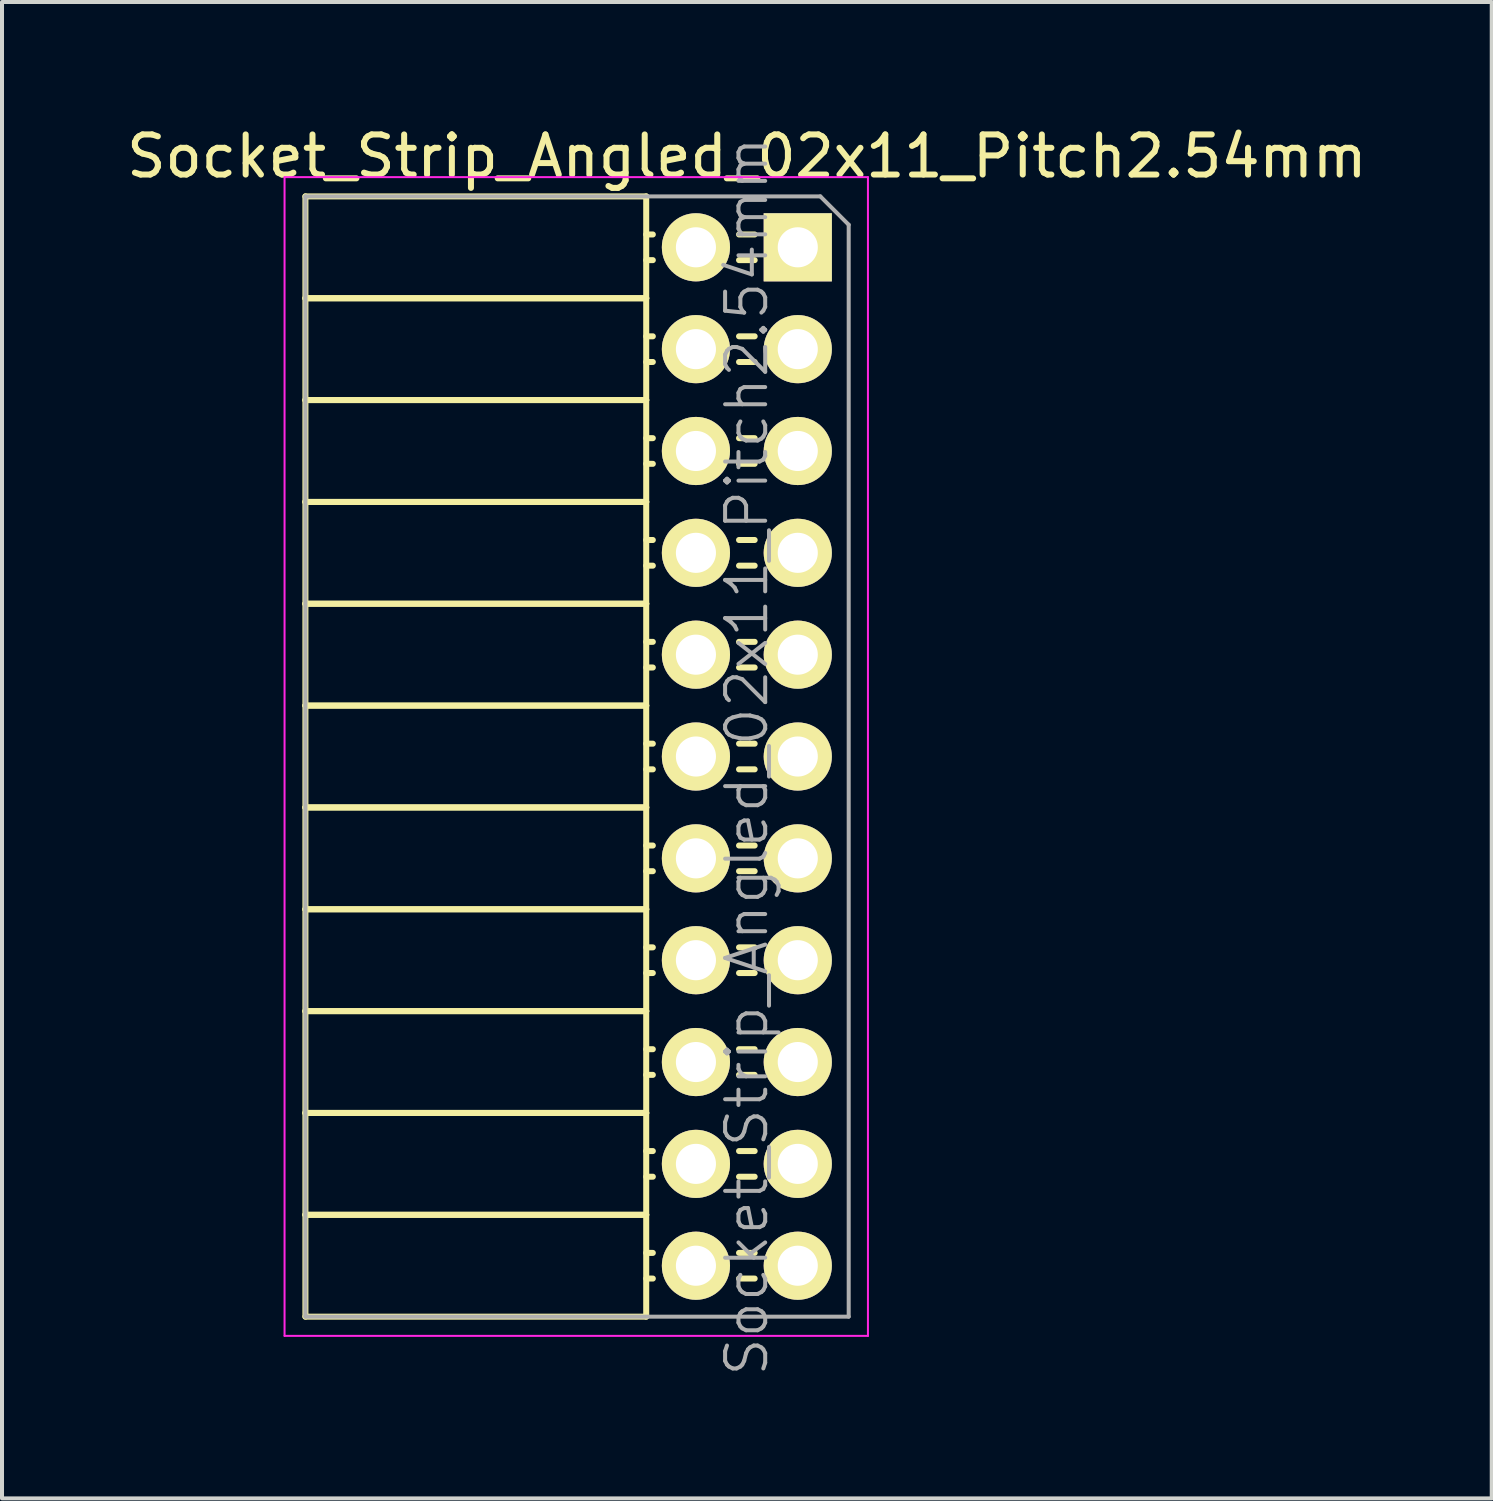
<source format=kicad_pcb>
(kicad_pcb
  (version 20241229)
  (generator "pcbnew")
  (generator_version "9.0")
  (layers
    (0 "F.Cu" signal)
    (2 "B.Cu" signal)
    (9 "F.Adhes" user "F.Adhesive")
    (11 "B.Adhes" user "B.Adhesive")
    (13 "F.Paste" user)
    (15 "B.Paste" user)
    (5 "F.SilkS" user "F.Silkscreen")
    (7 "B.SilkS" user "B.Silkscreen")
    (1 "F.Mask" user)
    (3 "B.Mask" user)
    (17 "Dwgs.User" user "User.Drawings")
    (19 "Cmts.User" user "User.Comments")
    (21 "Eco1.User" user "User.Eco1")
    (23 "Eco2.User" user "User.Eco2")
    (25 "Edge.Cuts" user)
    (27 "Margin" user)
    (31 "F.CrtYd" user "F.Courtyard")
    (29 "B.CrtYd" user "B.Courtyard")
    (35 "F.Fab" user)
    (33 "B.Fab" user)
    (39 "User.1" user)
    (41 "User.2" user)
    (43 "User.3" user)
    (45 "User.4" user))
  (footprint "Socket_Strip_Angled_02x11_Pitch2.54mm"
    (layer "F.Cu")
    (at 16.847 3.118)
    (property "Reference" "Socket_Strip_Angled_02x11_Pitch2.54mm" (at -1.27 -2.27 0) (layer "F.SilkS") (effects (font (size 1 1) (thickness 0.15))))
    (attr smd)
    (fp_line (start -12.28 -1.27) (end -12.28 1.27) (stroke (width 0.15) (type solid)) (layer "F.SilkS"))
    (fp_line (start -12.28 -1.27) (end -3.78 -1.27) (stroke (width 0.15) (type solid)) (layer "F.SilkS"))
    (fp_line (start -12.28 1.27) (end -12.28 3.81) (stroke (width 0.15) (type solid)) (layer "F.SilkS"))
    (fp_line (start -12.28 1.27) (end -3.78 1.27) (stroke (width 0.15) (type solid)) (layer "F.SilkS"))
    (fp_line (start -12.28 1.27) (end -3.78 1.27) (stroke (width 0.15) (type solid)) (layer "F.SilkS"))
    (fp_line (start -12.28 3.81) (end -12.28 6.35) (stroke (width 0.15) (type solid)) (layer "F.SilkS"))
    (fp_line (start -12.28 3.81) (end -3.78 3.81) (stroke (width 0.15) (type solid)) (layer "F.SilkS"))
    (fp_line (start -12.28 3.81) (end -3.78 3.81) (stroke (width 0.15) (type solid)) (layer "F.SilkS"))
    (fp_line (start -12.28 6.35) (end -12.28 8.89) (stroke (width 0.15) (type solid)) (layer "F.SilkS"))
    (fp_line (start -12.28 6.35) (end -3.78 6.35) (stroke (width 0.15) (type solid)) (layer "F.SilkS"))
    (fp_line (start -12.28 6.35) (end -3.78 6.35) (stroke (width 0.15) (type solid)) (layer "F.SilkS"))
    (fp_line (start -12.28 8.89) (end -12.28 11.43) (stroke (width 0.15) (type solid)) (layer "F.SilkS"))
    (fp_line (start -12.28 8.89) (end -3.78 8.89) (stroke (width 0.15) (type solid)) (layer "F.SilkS"))
    (fp_line (start -12.28 8.89) (end -3.78 8.89) (stroke (width 0.15) (type solid)) (layer "F.SilkS"))
    (fp_line (start -12.28 11.43) (end -12.28 13.97) (stroke (width 0.15) (type solid)) (layer "F.SilkS"))
    (fp_line (start -12.28 11.43) (end -3.78 11.43) (stroke (width 0.15) (type solid)) (layer "F.SilkS"))
    (fp_line (start -12.28 11.43) (end -3.78 11.43) (stroke (width 0.15) (type solid)) (layer "F.SilkS"))
    (fp_line (start -12.28 13.97) (end -12.28 16.51) (stroke (width 0.15) (type solid)) (layer "F.SilkS"))
    (fp_line (start -12.28 13.97) (end -3.78 13.97) (stroke (width 0.15) (type solid)) (layer "F.SilkS"))
    (fp_line (start -12.28 13.97) (end -3.78 13.97) (stroke (width 0.15) (type solid)) (layer "F.SilkS"))
    (fp_line (start -12.28 16.51) (end -12.28 19.05) (stroke (width 0.15) (type solid)) (layer "F.SilkS"))
    (fp_line (start -12.28 16.51) (end -3.78 16.51) (stroke (width 0.15) (type solid)) (layer "F.SilkS"))
    (fp_line (start -12.28 16.51) (end -3.78 16.51) (stroke (width 0.15) (type solid)) (layer "F.SilkS"))
    (fp_line (start -12.28 19.05) (end -12.28 21.59) (stroke (width 0.15) (type solid)) (layer "F.SilkS"))
    (fp_line (start -12.28 19.05) (end -3.78 19.05) (stroke (width 0.15) (type solid)) (layer "F.SilkS"))
    (fp_line (start -12.28 19.05) (end -3.78 19.05) (stroke (width 0.15) (type solid)) (layer "F.SilkS"))
    (fp_line (start -12.28 21.59) (end -12.28 24.13) (stroke (width 0.15) (type solid)) (layer "F.SilkS"))
    (fp_line (start -12.28 21.59) (end -3.78 21.59) (stroke (width 0.15) (type solid)) (layer "F.SilkS"))
    (fp_line (start -12.28 21.59) (end -3.78 21.59) (stroke (width 0.15) (type solid)) (layer "F.SilkS"))
    (fp_line (start -12.28 24.13) (end -12.28 26.67) (stroke (width 0.15) (type solid)) (layer "F.SilkS"))
    (fp_line (start -12.28 24.13) (end -3.78 24.13) (stroke (width 0.15) (type solid)) (layer "F.SilkS"))
    (fp_line (start -12.28 24.13) (end -3.78 24.13) (stroke (width 0.15) (type solid)) (layer "F.SilkS"))
    (fp_line (start -12.28 26.67) (end -3.78 26.67) (stroke (width 0.15) (type solid)) (layer "F.SilkS"))
    (fp_line (start -3.78 -1.27) (end -3.78 1.27) (stroke (width 0.15) (type solid)) (layer "F.SilkS"))
    (fp_line (start -3.78 -0.32) (end -3.615 -0.32) (stroke (width 0.15) (type solid)) (layer "F.SilkS"))
    (fp_line (start -3.78 0.32) (end -3.615 0.32) (stroke (width 0.15) (type solid)) (layer "F.SilkS"))
    (fp_line (start -3.78 1.27) (end -3.78 3.81) (stroke (width 0.15) (type solid)) (layer "F.SilkS"))
    (fp_line (start -3.78 2.22) (end -3.615 2.22) (stroke (width 0.15) (type solid)) (layer "F.SilkS"))
    (fp_line (start -3.78 2.86) (end -3.615 2.86) (stroke (width 0.15) (type solid)) (layer "F.SilkS"))
    (fp_line (start -3.78 3.81) (end -3.78 6.35) (stroke (width 0.15) (type solid)) (layer "F.SilkS"))
    (fp_line (start -3.78 4.76) (end -3.615 4.76) (stroke (width 0.15) (type solid)) (layer "F.SilkS"))
    (fp_line (start -3.78 5.4) (end -3.615 5.4) (stroke (width 0.15) (type solid)) (layer "F.SilkS"))
    (fp_line (start -3.78 6.35) (end -3.78 8.89) (stroke (width 0.15) (type solid)) (layer "F.SilkS"))
    (fp_line (start -3.78 7.3) (end -3.615 7.3) (stroke (width 0.15) (type solid)) (layer "F.SilkS"))
    (fp_line (start -3.78 7.94) (end -3.615 7.94) (stroke (width 0.15) (type solid)) (layer "F.SilkS"))
    (fp_line (start -3.78 8.89) (end -3.78 11.43) (stroke (width 0.15) (type solid)) (layer "F.SilkS"))
    (fp_line (start -3.78 9.84) (end -3.615 9.84) (stroke (width 0.15) (type solid)) (layer "F.SilkS"))
    (fp_line (start -3.78 10.48) (end -3.615 10.48) (stroke (width 0.15) (type solid)) (layer "F.SilkS"))
    (fp_line (start -3.78 11.43) (end -3.78 13.97) (stroke (width 0.15) (type solid)) (layer "F.SilkS"))
    (fp_line (start -3.78 12.38) (end -3.615 12.38) (stroke (width 0.15) (type solid)) (layer "F.SilkS"))
    (fp_line (start -3.78 13.02) (end -3.615 13.02) (stroke (width 0.15) (type solid)) (layer "F.SilkS"))
    (fp_line (start -3.78 13.97) (end -3.78 16.51) (stroke (width 0.15) (type solid)) (layer "F.SilkS"))
    (fp_line (start -3.78 14.92) (end -3.615 14.92) (stroke (width 0.15) (type solid)) (layer "F.SilkS"))
    (fp_line (start -3.78 15.56) (end -3.615 15.56) (stroke (width 0.15) (type solid)) (layer "F.SilkS"))
    (fp_line (start -3.78 16.51) (end -3.78 19.05) (stroke (width 0.15) (type solid)) (layer "F.SilkS"))
    (fp_line (start -3.78 17.46) (end -3.615 17.46) (stroke (width 0.15) (type solid)) (layer "F.SilkS"))
    (fp_line (start -3.78 18.1) (end -3.615 18.1) (stroke (width 0.15) (type solid)) (layer "F.SilkS"))
    (fp_line (start -3.78 19.05) (end -3.78 21.59) (stroke (width 0.15) (type solid)) (layer "F.SilkS"))
    (fp_line (start -3.78 20) (end -3.615 20) (stroke (width 0.15) (type solid)) (layer "F.SilkS"))
    (fp_line (start -3.78 20.64) (end -3.615 20.64) (stroke (width 0.15) (type solid)) (layer "F.SilkS"))
    (fp_line (start -3.78 21.59) (end -3.78 24.13) (stroke (width 0.15) (type solid)) (layer "F.SilkS"))
    (fp_line (start -3.78 22.54) (end -3.615 22.54) (stroke (width 0.15) (type solid)) (layer "F.SilkS"))
    (fp_line (start -3.78 23.18) (end -3.615 23.18) (stroke (width 0.15) (type solid)) (layer "F.SilkS"))
    (fp_line (start -3.78 24.13) (end -3.78 26.67) (stroke (width 0.15) (type solid)) (layer "F.SilkS"))
    (fp_line (start -3.78 25.08) (end -3.615 25.08) (stroke (width 0.15) (type solid)) (layer "F.SilkS"))
    (fp_line (start -3.78 25.72) (end -3.615 25.72) (stroke (width 0.15) (type solid)) (layer "F.SilkS"))
    (fp_line (start -1.075 -0.32) (end -1.465 -0.32) (stroke (width 0.15) (type solid)) (layer "F.SilkS"))
    (fp_line (start -1.075 0.32) (end -1.465 0.32) (stroke (width 0.15) (type solid)) (layer "F.SilkS"))
    (fp_line (start -1.075 2.22) (end -1.465 2.22) (stroke (width 0.15) (type solid)) (layer "F.SilkS"))
    (fp_line (start -1.075 2.86) (end -1.465 2.86) (stroke (width 0.15) (type solid)) (layer "F.SilkS"))
    (fp_line (start -1.075 4.76) (end -1.465 4.76) (stroke (width 0.15) (type solid)) (layer "F.SilkS"))
    (fp_line (start -1.075 5.4) (end -1.465 5.4) (stroke (width 0.15) (type solid)) (layer "F.SilkS"))
    (fp_line (start -1.075 7.3) (end -1.465 7.3) (stroke (width 0.15) (type solid)) (layer "F.SilkS"))
    (fp_line (start -1.075 7.94) (end -1.465 7.94) (stroke (width 0.15) (type solid)) (layer "F.SilkS"))
    (fp_line (start -1.075 9.84) (end -1.465 9.84) (stroke (width 0.15) (type solid)) (layer "F.SilkS"))
    (fp_line (start -1.075 10.48) (end -1.465 10.48) (stroke (width 0.15) (type solid)) (layer "F.SilkS"))
    (fp_line (start -1.075 12.38) (end -1.465 12.38) (stroke (width 0.15) (type solid)) (layer "F.SilkS"))
    (fp_line (start -1.075 13.02) (end -1.465 13.02) (stroke (width 0.15) (type solid)) (layer "F.SilkS"))
    (fp_line (start -1.075 14.92) (end -1.465 14.92) (stroke (width 0.15) (type solid)) (layer "F.SilkS"))
    (fp_line (start -1.075 15.56) (end -1.465 15.56) (stroke (width 0.15) (type solid)) (layer "F.SilkS"))
    (fp_line (start -1.075 17.46) (end -1.465 17.46) (stroke (width 0.15) (type solid)) (layer "F.SilkS"))
    (fp_line (start -1.075 18.1) (end -1.465 18.1) (stroke (width 0.15) (type solid)) (layer "F.SilkS"))
    (fp_line (start -1.075 20) (end -1.465 20) (stroke (width 0.15) (type solid)) (layer "F.SilkS"))
    (fp_line (start -1.075 20.64) (end -1.465 20.64) (stroke (width 0.15) (type solid)) (layer "F.SilkS"))
    (fp_line (start -1.075 22.54) (end -1.465 22.54) (stroke (width 0.15) (type solid)) (layer "F.SilkS"))
    (fp_line (start -1.075 23.18) (end -1.465 23.18) (stroke (width 0.15) (type solid)) (layer "F.SilkS"))
    (fp_line (start -1.075 25.08) (end -1.465 25.08) (stroke (width 0.15) (type solid)) (layer "F.SilkS"))
    (fp_line (start -1.075 25.72) (end -1.465 25.72) (stroke (width 0.15) (type solid)) (layer "F.SilkS"))
    (fp_line (start -12.8 -1.75) (end 1.75 -1.75) (stroke (width 0.05) (type solid)) (layer "F.CrtYd"))
    (fp_line (start -12.8 27.15) (end -12.8 -1.75) (stroke (width 0.05) (type solid)) (layer "F.CrtYd"))
    (fp_line (start -12.8 27.15) (end 1.75 27.15) (stroke (width 0.05) (type solid)) (layer "F.CrtYd"))
    (fp_line (start 1.75 27.15) (end 1.75 -1.75) (stroke (width 0.05) (type solid)) (layer "F.CrtYd"))
    (fp_line (start -12.28 -1.27) (end 0.563 -1.27) (stroke (width 0.1) (type solid)) (layer "F.Fab"))
    (fp_line (start -12.28 26.67) (end -12.28 -1.27) (stroke (width 0.1) (type solid)) (layer "F.Fab"))
    (fp_line (start -12.28 26.67) (end 1.27 26.67) (stroke (width 0.1) (type solid)) (layer "F.Fab"))
    (fp_line (start 1.27 -0.563) (end 0.563 -1.27) (stroke (width 0.1) (type solid)) (layer "F.Fab"))
    (fp_line (start 1.27 26.67) (end 1.27 -0.563) (stroke (width 0.1) (type solid)) (layer "F.Fab"))
    (fp_text user "${REFERENCE}" (at -1.27 12.7 90) (layer "F.Fab") (effects (font (size 1 1) (thickness 0.1))))
    (pad "1" thru_hole rect (at 0 0) (size 1.7 1.7) (drill 1) (layers "*.Cu" "*.Mask" "F.SilkS"))
    (pad "2" thru_hole oval (at -2.54 0) (size 1.7 1.7) (drill 1) (layers "*.Cu" "*.Mask" "F.SilkS"))
    (pad "3" thru_hole oval (at 0 2.54) (size 1.7 1.7) (drill 1) (layers "*.Cu" "*.Mask" "F.SilkS"))
    (pad "4" thru_hole oval (at -2.54 2.54) (size 1.7 1.7) (drill 1) (layers "*.Cu" "*.Mask" "F.SilkS"))
    (pad "5" thru_hole oval (at 0 5.08) (size 1.7 1.7) (drill 1) (layers "*.Cu" "*.Mask" "F.SilkS"))
    (pad "6" thru_hole oval (at -2.54 5.08) (size 1.7 1.7) (drill 1) (layers "*.Cu" "*.Mask" "F.SilkS"))
    (pad "7" thru_hole oval (at 0 7.62) (size 1.7 1.7) (drill 1) (layers "*.Cu" "*.Mask" "F.SilkS"))
    (pad "8" thru_hole oval (at -2.54 7.62) (size 1.7 1.7) (drill 1) (layers "*.Cu" "*.Mask" "F.SilkS"))
    (pad "9" thru_hole oval (at 0 10.16) (size 1.7 1.7) (drill 1) (layers "*.Cu" "*.Mask" "F.SilkS"))
    (pad "10" thru_hole oval (at -2.54 10.16) (size 1.7 1.7) (drill 1) (layers "*.Cu" "*.Mask" "F.SilkS"))
    (pad "11" thru_hole oval (at 0 12.7) (size 1.7 1.7) (drill 1) (layers "*.Cu" "*.Mask" "F.SilkS"))
    (pad "12" thru_hole oval (at -2.54 12.7) (size 1.7 1.7) (drill 1) (layers "*.Cu" "*.Mask" "F.SilkS"))
    (pad "13" thru_hole oval (at 0 15.24) (size 1.7 1.7) (drill 1) (layers "*.Cu" "*.Mask" "F.SilkS"))
    (pad "14" thru_hole oval (at -2.54 15.24) (size 1.7 1.7) (drill 1) (layers "*.Cu" "*.Mask" "F.SilkS"))
    (pad "15" thru_hole oval (at 0 17.78) (size 1.7 1.7) (drill 1) (layers "*.Cu" "*.Mask" "F.SilkS"))
    (pad "16" thru_hole oval (at -2.54 17.78) (size 1.7 1.7) (drill 1) (layers "*.Cu" "*.Mask" "F.SilkS"))
    (pad "17" thru_hole oval (at 0 20.32) (size 1.7 1.7) (drill 1) (layers "*.Cu" "*.Mask" "F.SilkS"))
    (pad "18" thru_hole oval (at -2.54 20.32) (size 1.7 1.7) (drill 1) (layers "*.Cu" "*.Mask" "F.SilkS"))
    (pad "19" thru_hole oval (at 0 22.86) (size 1.7 1.7) (drill 1) (layers "*.Cu" "*.Mask" "F.SilkS"))
    (pad "20" thru_hole oval (at -2.54 22.86) (size 1.7 1.7) (drill 1) (layers "*.Cu" "*.Mask" "F.SilkS"))
    (pad "21" thru_hole oval (at 0 25.4) (size 1.7 1.7) (drill 1) (layers "*.Cu" "*.Mask" "F.SilkS"))
    (pad "22" thru_hole oval (at -2.54 25.4) (size 1.7 1.7) (drill 1) (layers "*.Cu" "*.Mask" "F.SilkS")))
  (gr_rect
    (start -3 -3)
    (end 34.155 34.321)
    (stroke (width 0.1) (type default))
    (fill no)
    (layer "Edge.Cuts")))
</source>
